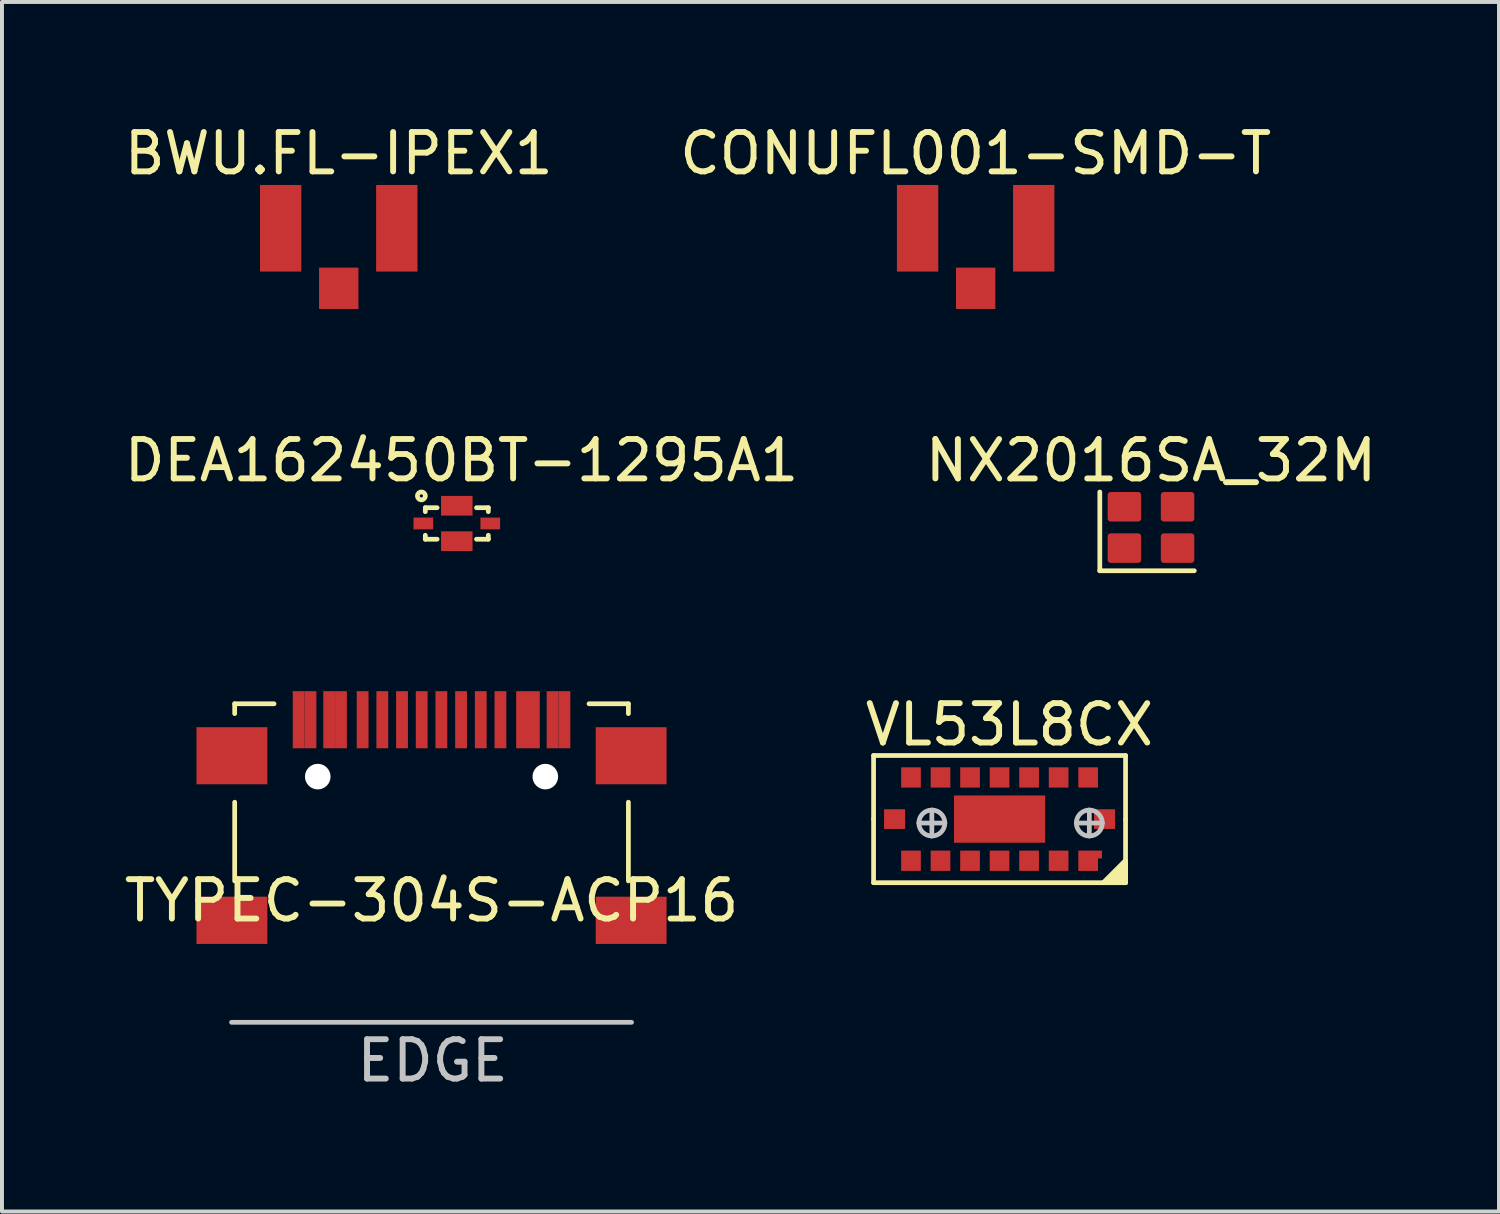
<source format=kicad_pcb>
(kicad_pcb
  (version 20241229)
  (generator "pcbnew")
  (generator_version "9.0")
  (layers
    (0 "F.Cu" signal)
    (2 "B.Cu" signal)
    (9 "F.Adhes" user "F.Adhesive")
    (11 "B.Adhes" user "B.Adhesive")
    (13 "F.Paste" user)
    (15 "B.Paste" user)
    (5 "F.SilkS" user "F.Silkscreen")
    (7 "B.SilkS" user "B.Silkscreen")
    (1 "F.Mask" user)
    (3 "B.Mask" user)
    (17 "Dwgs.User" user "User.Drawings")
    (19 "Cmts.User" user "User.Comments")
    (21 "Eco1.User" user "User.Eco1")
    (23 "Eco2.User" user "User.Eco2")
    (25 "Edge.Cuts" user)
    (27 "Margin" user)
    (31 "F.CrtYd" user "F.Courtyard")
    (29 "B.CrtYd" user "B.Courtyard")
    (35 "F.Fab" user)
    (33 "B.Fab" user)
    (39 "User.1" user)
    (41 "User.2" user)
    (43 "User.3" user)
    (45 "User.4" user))
  (footprint "NX2016SA_32M"
    (layer "F.Cu")
    (at 26.185 10.347)
    (property "Reference" "NX2016SA_32M" (at 0 -1.7 0) (unlocked yes) (layer "F.SilkS") (effects (font (size 1 1) (thickness 0.15))))
    (attr smd)
    (fp_line (start -1.3 -0.9) (end -1.3 1.1) (stroke (width 0.12) (type default)) (layer "F.SilkS"))
    (fp_line (start -1.3 1.1) (end 1.1 1.1) (stroke (width 0.12) (type default)) (layer "F.SilkS"))
    (pad "1" smd roundrect (at -0.675 0.525) (size 0.85 0.75) (layers "F.Cu" "F.Mask" "F.Paste") (roundrect_rratio 0.1))
    (pad "2" smd roundrect (at 0.675 0.525) (size 0.85 0.75) (layers "F.Cu" "F.Mask" "F.Paste") (roundrect_rratio 0.1))
    (pad "3" smd roundrect (at 0.675 -0.525) (size 0.85 0.75) (layers "F.Cu" "F.Mask" "F.Paste") (roundrect_rratio 0.1))
    (pad "4" smd roundrect (at -0.675 -0.525) (size 0.85 0.75) (layers "F.Cu" "F.Mask" "F.Paste") (roundrect_rratio 0.1)))
  (footprint "CONUFL001-SMD-T"
    (layer "F.Cu")
    (at 21.732 2.748)
    (property "Reference" "CONUFL001-SMD-T" (at 0 -1.9 0) (unlocked yes) (layer "F.SilkS") (effects (font (size 1 1) (thickness 0.15))))
    (attr smd)
    (pad "1" smd rect (at 0 1.525) (size 1 1.05) (layers "F.Cu" "F.Mask" "F.Paste"))
    (pad "2" smd rect (at -1.475 0) (size 1.05 2.2) (layers "F.Cu" "F.Mask" "F.Paste"))
    (pad "2" smd rect (at 1.475 0) (size 1.05 2.2) (layers "F.Cu" "F.Mask" "F.Paste"))
    (zone (net_name "") (layers "F.Cu" "F.SilkS") (name "Signal_Keepout") (hatch edge 0.5) (connect_pads) (min_thickness 0.25) (filled_areas_thickness no) (keepout (tracks not_allowed) (vias not_allowed) (pads not_allowed) (copperpour not_allowed) (footprints not_allowed)) (placement (enabled no)) (fill) (polygon (pts (xy 20.832 3.848) (xy 22.632 3.848) (xy 22.632 1.648) (xy 20.832 1.648)))))
  (footprint "VL53L8CX"
    (layer "F.Cu")
    (at 22.339 17.755)
    (property "Reference" "VL53L8CX" (at 0.25 -2.4 0) (unlocked yes) (layer "F.SilkS") (effects (font (size 1 1) (thickness 0.15))))
    (attr smd)
    (fp_line (start -3.2 -1.615) (end 3.2 -1.615) (stroke (width 0.12) (type default)) (layer "F.SilkS"))
    (fp_line (start -3.2 0) (end -3.2 -1.615) (stroke (width 0.12) (type default)) (layer "F.SilkS"))
    (fp_line (start -3.2 1.615) (end -3.2 0) (stroke (width 0.12) (type default)) (layer "F.SilkS"))
    (fp_line (start 3.2 0) (end 3.2 -1.615) (stroke (width 0.12) (type default)) (layer "F.SilkS"))
    (fp_line (start 3.2 1.615) (end -3.2 1.615) (stroke (width 0.12) (type default)) (layer "F.SilkS"))
    (fp_line (start 3.2 1.615) (end 3.2 0.015) (stroke (width 0.12) (type default)) (layer "F.SilkS"))
    (fp_poly (pts (xy 2.65 1.6) (xy 3.2 1.05) (xy 3.2 1.615)) (stroke (width 0.12) (type solid)) (fill yes) (layer "F.SilkS"))
    (fp_line (start -2.05 0.1) (end -1.39 0.1) (stroke (width 0.12) (type default)) (layer "Dwgs.User"))
    (fp_line (start -1.72 -0.23) (end -1.72 0.43) (stroke (width 0.12) (type default)) (layer "Dwgs.User"))
    (fp_line (start 1.95 0.1) (end 2.61 0.1) (stroke (width 0.12) (type default)) (layer "Dwgs.User"))
    (fp_line (start 2.28 -0.23) (end 2.28 0.43) (stroke (width 0.12) (type default)) (layer "Dwgs.User"))
    (fp_circle (center -1.72 0.1) (end -1.39 0.1) (stroke (width 0.12) (type default)) (fill no) (layer "Dwgs.User"))
    (fp_circle (center 2.28 0.1) (end 2.61 0.1) (stroke (width 0.12) (type default)) (fill no) (layer "Dwgs.User"))
    (pad "A1" smd custom (at 2.3 1.058) (size 0.2 0.515) (layers "F.Cu" "F.Mask" "F.Paste") (options (anchor rect)) (primitives (gr_poly (pts (xy -0.3 -0.258) (xy -0.3 0.258) (xy 0.2 0.258) (xy 0.2 -0.058) (xy 0.3 -0.058) (xy 0.3 -0.258)) (width 0) (fill yes))))
    (pad "A2" smd rect (at 1.5 1.058) (size 0.5 0.515) (layers "F.Cu" "F.Mask" "F.Paste"))
    (pad "A3" smd rect (at 0.75 1.058) (size 0.5 0.515) (layers "F.Cu" "F.Mask" "F.Paste"))
    (pad "A4" smd rect (at 0 1.058) (size 0.5 0.515) (layers "F.Cu" "F.Mask" "F.Paste"))
    (pad "A5" smd rect (at -0.75 1.058) (size 0.5 0.515) (layers "F.Cu" "F.Mask" "F.Paste"))
    (pad "A6" smd rect (at -1.5 1.058) (size 0.5 0.515) (layers "F.Cu" "F.Mask" "F.Paste"))
    (pad "A7" smd rect (at -2.25 1.058) (size 0.5 0.515) (layers "F.Cu" "F.Mask" "F.Paste"))
    (pad "B1" smd rect (at 2.667 0) (size 0.535 0.5) (layers "F.Cu" "F.Mask" "F.Paste"))
    (pad "B4" smd rect (at 0 0) (size 2.316 1.2) (layers "F.Cu" "F.Mask" "F.Paste"))
    (pad "B7" smd rect (at -2.667 0) (size 0.535 0.5) (layers "F.Cu" "F.Mask" "F.Paste"))
    (pad "C1" smd rect (at 2.25 -1.058) (size 0.5 0.515) (layers "F.Cu" "F.Mask" "F.Paste"))
    (pad "C2" smd rect (at 1.5 -1.058) (size 0.5 0.515) (layers "F.Cu" "F.Mask" "F.Paste"))
    (pad "C3" smd rect (at 0.75 -1.058) (size 0.5 0.515) (layers "F.Cu" "F.Mask" "F.Paste"))
    (pad "C4" smd rect (at 0 -1.058) (size 0.5 0.515) (layers "F.Cu" "F.Mask" "F.Paste"))
    (pad "C5" smd rect (at -0.75 -1.058) (size 0.5 0.515) (layers "F.Cu" "F.Mask" "F.Paste"))
    (pad "C6" smd rect (at -1.5 -1.058) (size 0.5 0.515) (layers "F.Cu" "F.Mask" "F.Paste"))
    (pad "C7" smd rect (at -2.25 -1.058) (size 0.5 0.515) (layers "F.Cu" "F.Mask" "F.Paste")))
  (footprint "TYPEC-304S-ACP16"
    (layer "F.Cu")
    (at 7.911 20.326)
    (property "Reference" "TYPEC-304S-ACP16" (at 0 -0.5 0) (unlocked yes) (layer "F.SilkS") (effects (font (size 1 1) (thickness 0.15))))
    (attr smd)
    (fp_line (start -5 -5.5) (end -5 -5.25) (stroke (width 0.12) (type default)) (layer "F.SilkS"))
    (fp_line (start -5 -3) (end -5 -1) (stroke (width 0.12) (type default)) (layer "F.SilkS"))
    (fp_line (start -4 -5.5) (end -5 -5.5) (stroke (width 0.12) (type default)) (layer "F.SilkS"))
    (fp_line (start 4 -5.5) (end 5 -5.5) (stroke (width 0.12) (type default)) (layer "F.SilkS"))
    (fp_line (start 5 -5.5) (end 5 -5.25) (stroke (width 0.12) (type default)) (layer "F.SilkS"))
    (fp_line (start 5 -3) (end 5 -1) (stroke (width 0.12) (type default)) (layer "F.SilkS"))
    (fp_line (start -5.08 2.591) (end 5.08 2.591) (stroke (width 0.12) (type default)) (layer "Dwgs.User"))
    (fp_text user "EDGE" (at -1.975 4.15 0) (unlocked yes) (layer "Dwgs.User") (effects (font (size 1 1) (thickness 0.15)) (justify left bottom)))
    (pad "" np_thru_hole circle (at -2.89 -3.65) (size 0.65 0.65) (drill 0.65) (layers "*.Cu" "*.Mask"))
    (pad "" np_thru_hole circle (at 2.89 -3.65) (size 0.65 0.65) (drill 0.65) (layers "*.Cu" "*.Mask"))
    (pad "A1" smd rect (at -3.375 -5.095) (size 0.3 1.45) (layers "F.Cu" "F.Mask" "F.Paste"))
    (pad "A4" smd rect (at -2.6 -5.095) (size 0.3 1.45) (layers "F.Cu" "F.Mask" "F.Paste"))
    (pad "A5" smd rect (at -1.25 -5.095) (size 0.3 1.45) (layers "F.Cu" "F.Mask" "F.Paste"))
    (pad "A6" smd rect (at -0.25 -5.095) (size 0.3 1.45) (layers "F.Cu" "F.Mask" "F.Paste"))
    (pad "A7" smd rect (at 0.25 -5.095) (size 0.3 1.45) (layers "F.Cu" "F.Mask" "F.Paste"))
    (pad "A8" smd rect (at 1.25 -5.095) (size 0.3 1.45) (layers "F.Cu" "F.Mask" "F.Paste"))
    (pad "A9" smd rect (at 2.6 -5.095) (size 0.3 1.45) (layers "F.Cu" "F.Mask" "F.Paste"))
    (pad "A12" smd rect (at 3.375 -5.095) (size 0.3 1.45) (layers "F.Cu" "F.Mask" "F.Paste"))
    (pad "B1" smd rect (at 3.075 -5.095) (size 0.3 1.45) (layers "F.Cu" "F.Mask" "F.Paste"))
    (pad "B4" smd rect (at 2.3 -5.095) (size 0.3 1.45) (layers "F.Cu" "F.Mask" "F.Paste"))
    (pad "B5" smd rect (at 1.75 -5.095) (size 0.3 1.45) (layers "F.Cu" "F.Mask" "F.Paste"))
    (pad "B6" smd rect (at 0.75 -5.095) (size 0.3 1.45) (layers "F.Cu" "F.Mask" "F.Paste"))
    (pad "B7" smd rect (at -0.75 -5.095) (size 0.3 1.45) (layers "F.Cu" "F.Mask" "F.Paste"))
    (pad "B8" smd rect (at -1.75 -5.095) (size 0.3 1.45) (layers "F.Cu" "F.Mask" "F.Paste"))
    (pad "B9" smd rect (at -2.3 -5.095) (size 0.3 1.45) (layers "F.Cu" "F.Mask" "F.Paste"))
    (pad "B12" smd rect (at -3.075 -5.095) (size 0.3 1.45) (layers "F.Cu" "F.Mask" "F.Paste"))
    (pad "S1" smd rect (at -5.07 -4.18) (size 1.8 1.45) (layers "F.Cu" "F.Mask" "F.Paste"))
    (pad "S1" smd rect (at -5.07 0) (size 1.8 1.2) (layers "F.Cu" "F.Mask" "F.Paste"))
    (pad "S1" smd rect (at 5.07 -4.18) (size 1.8 1.45) (layers "F.Cu" "F.Mask" "F.Paste"))
    (pad "S1" smd rect (at 5.07 0) (size 1.8 1.2) (layers "F.Cu" "F.Mask" "F.Paste")))
  (footprint "BWU.FL-IPEX1"
    (layer "F.Cu")
    (at 5.554 2.748)
    (property "Reference" "BWU.FL-IPEX1" (at 0 -1.9 0) (unlocked yes) (layer "F.SilkS") (effects (font (size 1 1) (thickness 0.15))))
    (attr smd)
    (pad "1" smd rect (at 0 1.525) (size 1 1.05) (layers "F.Cu" "F.Mask" "F.Paste"))
    (pad "2" smd rect (at -1.475 0) (size 1.05 2.2) (layers "F.Cu" "F.Mask" "F.Paste"))
    (pad "2" smd rect (at 1.475 0) (size 1.05 2.2) (layers "F.Cu" "F.Mask" "F.Paste"))
    (zone (net_name "") (layers "F.Cu" "F.SilkS") (name "Signal_Keepout") (hatch edge 0.5) (connect_pads) (min_thickness 0.25) (filled_areas_thickness no) (keepout (tracks not_allowed) (vias not_allowed) (pads not_allowed) (copperpour not_allowed) (footprints not_allowed)) (placement (enabled no)) (fill) (polygon (pts (xy 4.654 3.848) (xy 6.454 3.848) (xy 6.454 1.648) (xy 4.654 1.648)))))
  (footprint "DEA162450BT-1295A1"
    (layer "F.Cu")
    (at 8.553 10.246)
    (property "Reference" "DEA162450BT-1295A1" (at 0.12 -1.6 0) (unlocked yes) (layer "F.SilkS") (effects (font (size 1 1) (thickness 0.15))))
    (attr smd)
    (fp_line (start -0.8 -0.4) (end -0.8 -0.3) (stroke (width 0.12) (type default)) (layer "F.SilkS"))
    (fp_line (start -0.8 -0.4) (end -0.5 -0.4) (stroke (width 0.12) (type default)) (layer "F.SilkS"))
    (fp_line (start -0.8 0.3) (end -0.8 0.4) (stroke (width 0.12) (type default)) (layer "F.SilkS"))
    (fp_line (start -0.8 0.4) (end -0.5 0.4) (stroke (width 0.12) (type default)) (layer "F.SilkS"))
    (fp_line (start 0.8 -0.4) (end 0.5 -0.4) (stroke (width 0.12) (type default)) (layer "F.SilkS"))
    (fp_line (start 0.8 -0.4) (end 0.8 -0.3) (stroke (width 0.12) (type default)) (layer "F.SilkS"))
    (fp_line (start 0.8 0.3) (end 0.8 0.4) (stroke (width 0.12) (type default)) (layer "F.SilkS"))
    (fp_line (start 0.8 0.4) (end 0.5 0.4) (stroke (width 0.12) (type default)) (layer "F.SilkS"))
    (fp_circle (center -0.9 -0.7) (end -0.8 -0.7) (stroke (width 0.12) (type default)) (fill no) (layer "F.SilkS"))
    (pad "1" smd rect (at -0.85 0) (size 0.5 0.3) (layers "F.Cu" "F.Mask" "F.Paste"))
    (pad "2" smd rect (at 0 0.45) (size 0.8 0.5) (layers "F.Cu" "F.Mask" "F.Paste"))
    (pad "3" smd rect (at 0.85 0) (size 0.5 0.3) (layers "F.Cu" "F.Mask" "F.Paste"))
    (pad "4" smd rect (at 0 -0.45) (size 0.8 0.5) (layers "F.Cu" "F.Mask" "F.Paste")))
  (gr_rect
    (start -3 -3)
    (end 35.024 27.723)
    (stroke (width 0.1) (type default))
    (fill no)
    (layer "Edge.Cuts")))
</source>
